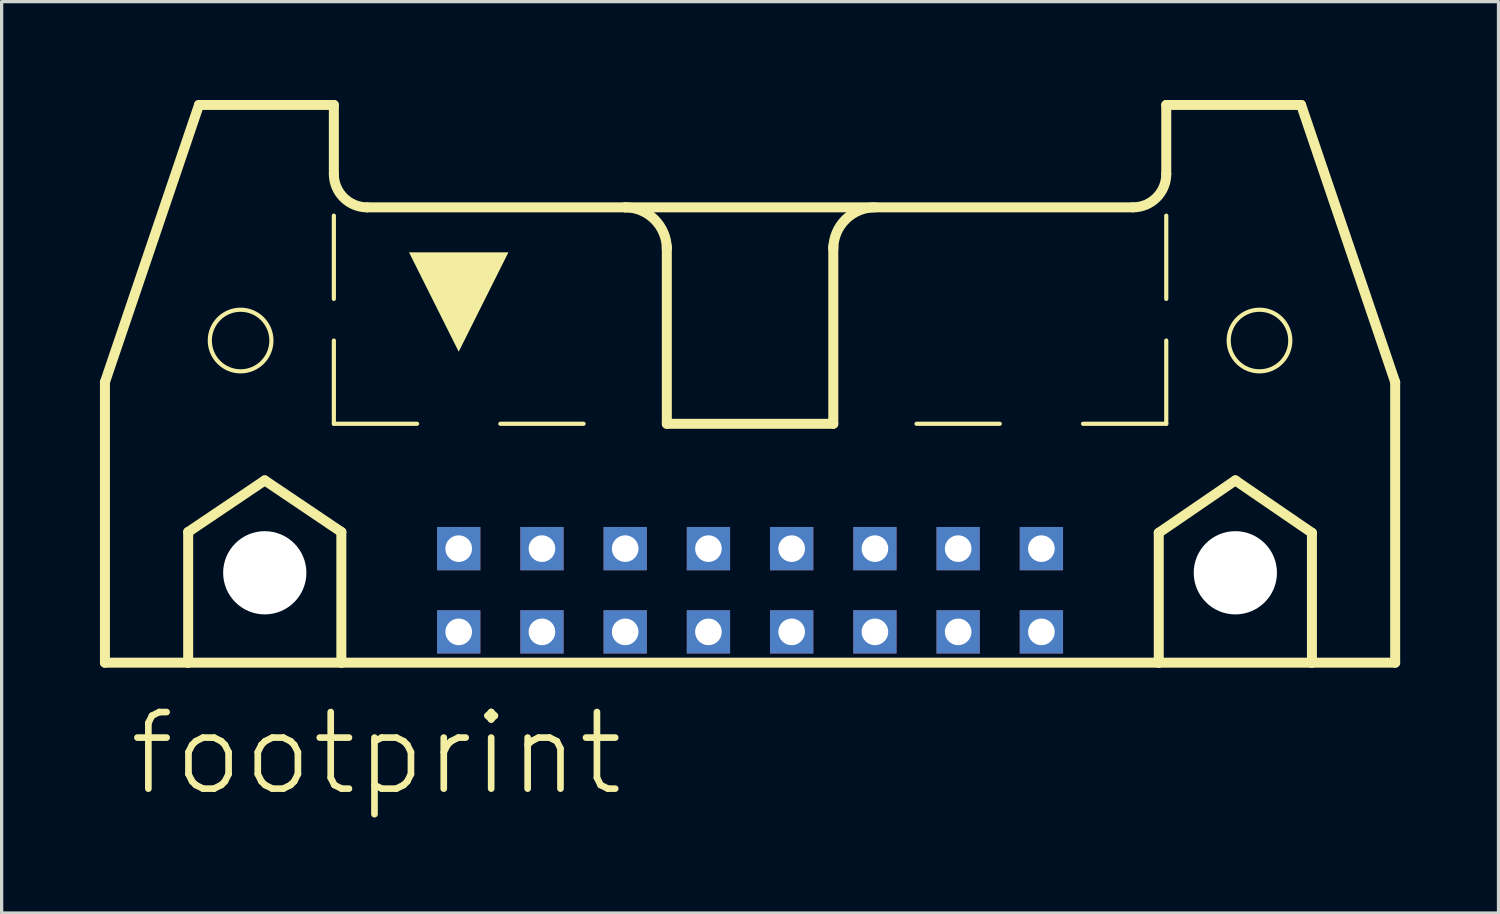
<source format=kicad_pcb>
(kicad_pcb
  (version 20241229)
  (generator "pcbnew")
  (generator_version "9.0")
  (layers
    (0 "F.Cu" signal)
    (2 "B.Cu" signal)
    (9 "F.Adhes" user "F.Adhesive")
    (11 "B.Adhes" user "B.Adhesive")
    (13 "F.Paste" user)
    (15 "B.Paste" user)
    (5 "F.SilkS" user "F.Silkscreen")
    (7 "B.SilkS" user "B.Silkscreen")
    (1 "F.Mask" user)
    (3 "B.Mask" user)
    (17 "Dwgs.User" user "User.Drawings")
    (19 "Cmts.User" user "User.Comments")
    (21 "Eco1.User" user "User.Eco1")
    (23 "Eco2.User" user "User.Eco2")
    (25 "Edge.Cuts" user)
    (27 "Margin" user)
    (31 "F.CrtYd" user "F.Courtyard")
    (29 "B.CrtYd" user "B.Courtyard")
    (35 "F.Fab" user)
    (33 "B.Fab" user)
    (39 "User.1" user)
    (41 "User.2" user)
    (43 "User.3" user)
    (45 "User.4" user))
  (footprint "footprint"
    (layer "F.Cu")
    (at 19.837 11.151)
    (property "Reference" "footprint" (at -19.05 10.16 0) (layer "F.SilkS") (effects (font (size 2.337 2.337) (thickness 0.203)) (justify left bottom)))
    (fp_line (start -19.685 -2.54) (end -19.685 6.02) (stroke (width 0.305) (type solid)) (layer "F.SilkS"))
    (fp_line (start -19.685 -2.54) (end -16.815 -10.998) (stroke (width 0.305) (type solid)) (layer "F.SilkS"))
    (fp_line (start -19.685 6.02) (end -17.145 6.02) (stroke (width 0.305) (type solid)) (layer "F.SilkS"))
    (fp_line (start -17.145 2.032) (end -14.808 0.457) (stroke (width 0.305) (type solid)) (layer "F.SilkS"))
    (fp_line (start -17.145 6.02) (end -17.145 2.032) (stroke (width 0.305) (type solid)) (layer "F.SilkS"))
    (fp_line (start -17.145 6.02) (end -12.471 6.02) (stroke (width 0.305) (type solid)) (layer "F.SilkS"))
    (fp_line (start -14.808 0.457) (end -12.471 2.032) (stroke (width 0.305) (type solid)) (layer "F.SilkS"))
    (fp_line (start -12.7 -10.998) (end -16.815 -10.998) (stroke (width 0.305) (type solid)) (layer "F.SilkS"))
    (fp_line (start -12.7 -8.89) (end -12.7 -10.998) (stroke (width 0.305) (type solid)) (layer "F.SilkS"))
    (fp_line (start -12.7 -5.08) (end -12.7 -7.62) (stroke (width 0.127) (type solid)) (layer "F.SilkS"))
    (fp_line (start -12.7 -1.27) (end -12.7 -3.81) (stroke (width 0.127) (type solid)) (layer "F.SilkS"))
    (fp_line (start -12.7 -1.27) (end -10.16 -1.27) (stroke (width 0.127) (type solid)) (layer "F.SilkS"))
    (fp_line (start -12.471 2.032) (end -12.471 6.02) (stroke (width 0.305) (type solid)) (layer "F.SilkS"))
    (fp_line (start -12.471 6.02) (end 12.471 6.02) (stroke (width 0.305) (type solid)) (layer "F.SilkS"))
    (fp_line (start -7.62 -1.27) (end -5.08 -1.27) (stroke (width 0.127) (type solid)) (layer "F.SilkS"))
    (fp_line (start -3.81 -7.874) (end -11.684 -7.874) (stroke (width 0.305) (type solid)) (layer "F.SilkS"))
    (fp_line (start -3.81 -7.874) (end 11.684 -7.874) (stroke (width 0.305) (type solid)) (layer "F.SilkS"))
    (fp_line (start -2.54 -1.27) (end -2.54 -6.68) (stroke (width 0.305) (type solid)) (layer "F.SilkS"))
    (fp_line (start 0 -1.27) (end 2.54 -1.27) (stroke (width 0.127) (type solid)) (layer "F.SilkS"))
    (fp_line (start 2.54 -1.27) (end -2.54 -1.27) (stroke (width 0.305) (type solid)) (layer "F.SilkS"))
    (fp_line (start 2.54 -1.27) (end 2.54 -6.68) (stroke (width 0.305) (type solid)) (layer "F.SilkS"))
    (fp_line (start 7.62 -1.27) (end 5.08 -1.27) (stroke (width 0.127) (type solid)) (layer "F.SilkS"))
    (fp_line (start 12.471 2.057) (end 14.808 0.457) (stroke (width 0.305) (type solid)) (layer "F.SilkS"))
    (fp_line (start 12.471 6.02) (end 12.471 2.057) (stroke (width 0.305) (type solid)) (layer "F.SilkS"))
    (fp_line (start 12.471 6.02) (end 17.145 6.02) (stroke (width 0.305) (type solid)) (layer "F.SilkS"))
    (fp_line (start 12.7 -10.998) (end 16.815 -10.998) (stroke (width 0.305) (type solid)) (layer "F.SilkS"))
    (fp_line (start 12.7 -8.89) (end 12.7 -10.998) (stroke (width 0.305) (type solid)) (layer "F.SilkS"))
    (fp_line (start 12.7 -5.08) (end 12.7 -7.62) (stroke (width 0.127) (type solid)) (layer "F.SilkS"))
    (fp_line (start 12.7 -1.27) (end 10.16 -1.27) (stroke (width 0.127) (type solid)) (layer "F.SilkS"))
    (fp_line (start 12.7 -1.27) (end 12.7 -3.81) (stroke (width 0.127) (type solid)) (layer "F.SilkS"))
    (fp_line (start 14.808 0.457) (end 17.145 2.057) (stroke (width 0.305) (type solid)) (layer "F.SilkS"))
    (fp_line (start 17.145 2.057) (end 17.145 6.02) (stroke (width 0.305) (type solid)) (layer "F.SilkS"))
    (fp_line (start 17.145 6.02) (end 19.685 6.02) (stroke (width 0.305) (type solid)) (layer "F.SilkS"))
    (fp_line (start 19.685 -2.54) (end 16.815 -10.998) (stroke (width 0.305) (type solid)) (layer "F.SilkS"))
    (fp_line (start 19.685 6.02) (end 19.685 -2.54) (stroke (width 0.305) (type solid)) (layer "F.SilkS"))
    (fp_arc (start -11.684 -7.874) (mid -12.40242 -8.17158) (end -12.7 -8.89) (stroke (width 0.3048) (type solid)) (layer "F.SilkS"))
    (fp_arc (start -3.81 -7.874) (mid -2.911974 -7.502026) (end -2.54 -6.604) (stroke (width 0.3048) (type solid)) (layer "F.SilkS"))
    (fp_arc (start 2.54 -6.604) (mid 2.911974 -7.502026) (end 3.81 -7.874) (stroke (width 0.3048) (type solid)) (layer "F.SilkS"))
    (fp_arc (start 12.7 -8.89) (mid 12.40242 -8.17158) (end 11.684 -7.874) (stroke (width 0.3048) (type solid)) (layer "F.SilkS"))
    (fp_circle (center -15.545 -3.81) (end -14.605 -3.81) (stroke (width 0.127) (type solid)) (fill no) (layer "F.SilkS"))
    (fp_circle (center 15.545 -3.81) (end 16.485 -3.81) (stroke (width 0.127) (type solid)) (fill no) (layer "F.SilkS"))
    (fp_poly (pts (xy -8.89 -3.469) (xy -10.407 -6.502) (xy -7.373 -6.502)) (stroke (width 0) (type solid)) (fill yes) (layer "F.SilkS"))
    (pad "" np_thru_hole circle (at -14.808 3.277) (size 2.54 2.54) (drill 2.54) (layers "*.Cu" "*.Mask"))
    (pad "" np_thru_hole circle (at 14.808 3.277) (size 2.54 2.54) (drill 2.54) (layers "*.Cu" "*.Mask"))
    (pad "1" thru_hole rect (at -8.89 5.08) (size 1.321 1.321) (drill 0.813) (layers "*.Cu" "*.Mask"))
    (pad "2" thru_hole rect (at -8.89 2.54) (size 1.321 1.321) (drill 0.813) (layers "*.Cu" "*.Mask"))
    (pad "3" thru_hole rect (at -6.35 5.08) (size 1.321 1.321) (drill 0.813) (layers "*.Cu" "*.Mask"))
    (pad "4" thru_hole rect (at -6.35 2.54) (size 1.321 1.321) (drill 0.813) (layers "*.Cu" "*.Mask"))
    (pad "5" thru_hole rect (at -3.81 5.08) (size 1.321 1.321) (drill 0.813) (layers "*.Cu" "*.Mask"))
    (pad "6" thru_hole rect (at -3.81 2.54) (size 1.321 1.321) (drill 0.813) (layers "*.Cu" "*.Mask"))
    (pad "7" thru_hole rect (at -1.27 5.08) (size 1.321 1.321) (drill 0.813) (layers "*.Cu" "*.Mask"))
    (pad "8" thru_hole rect (at -1.27 2.54) (size 1.321 1.321) (drill 0.813) (layers "*.Cu" "*.Mask"))
    (pad "9" thru_hole rect (at 1.27 5.08) (size 1.321 1.321) (drill 0.813) (layers "*.Cu" "*.Mask"))
    (pad "10" thru_hole rect (at 1.27 2.54) (size 1.321 1.321) (drill 0.813) (layers "*.Cu" "*.Mask"))
    (pad "11" thru_hole rect (at 3.81 5.08) (size 1.321 1.321) (drill 0.813) (layers "*.Cu" "*.Mask"))
    (pad "12" thru_hole rect (at 3.81 2.54) (size 1.321 1.321) (drill 0.813) (layers "*.Cu" "*.Mask"))
    (pad "13" thru_hole rect (at 6.35 5.08) (size 1.321 1.321) (drill 0.813) (layers "*.Cu" "*.Mask"))
    (pad "14" thru_hole rect (at 6.35 2.54) (size 1.321 1.321) (drill 0.813) (layers "*.Cu" "*.Mask"))
    (pad "15" thru_hole rect (at 8.89 5.08) (size 1.321 1.321) (drill 0.813) (layers "*.Cu" "*.Mask"))
    (pad "16" thru_hole rect (at 8.89 2.54) (size 1.321 1.321) (drill 0.813) (layers "*.Cu" "*.Mask"))
    (zone (net_name "") (layer "B.Cu") (hatch edge 0.508) (connect_pads) (min_thickness 0.254) (filled_areas_thickness no) (keepout (tracks not_allowed) (vias not_allowed) (pads not_allowed) (copperpour not_allowed) (footprints allowed)) (placement (enabled no)) (fill) (polygon (pts (xy 7.595 14.427) (xy 7.556 13.982) (xy 7.44 13.55) (xy 7.251 13.145) (xy 6.994 12.778) (xy 6.678 12.462) (xy 6.312 12.205) (xy 5.907 12.017) (xy 5.475 11.901) (xy 5.029 11.862) (xy 4.584 11.901) (xy 4.152 12.017) (xy 3.747 12.205) (xy 3.38 12.462) (xy 3.064 12.778) (xy 2.807 13.145) (xy 2.619 13.55) (xy 2.503 13.982) (xy 2.464 14.427) (xy 2.503 14.873) (xy 2.619 15.305) (xy 2.807 15.71) (xy 3.064 16.076) (xy 3.38 16.392) (xy 3.747 16.649) (xy 4.152 16.838) (xy 4.584 16.954) (xy 5.029 16.993) (xy 5.475 16.954) (xy 5.907 16.838) (xy 6.312 16.649) (xy 6.678 16.392) (xy 6.994 16.076) (xy 7.251 15.71) (xy 7.44 15.305) (xy 7.556 14.873))) (polygon (pts (xy 6.325 14.427) (xy 6.305 14.202) (xy 6.246 13.984) (xy 6.151 13.78) (xy 6.022 13.595) (xy 5.862 13.435) (xy 5.677 13.305) (xy 5.472 13.21) (xy 5.254 13.151) (xy 5.029 13.132) (xy 4.804 13.151) (xy 4.586 13.21) (xy 4.381 13.305) (xy 4.197 13.435) (xy 4.037 13.595) (xy 3.907 13.78) (xy 3.812 13.984) (xy 3.753 14.202) (xy 3.734 14.427) (xy 3.753 14.652) (xy 3.812 14.87) (xy 3.907 15.075) (xy 4.037 15.26) (xy 4.197 15.42) (xy 4.381 15.549) (xy 4.586 15.644) (xy 4.804 15.703) (xy 5.029 15.723) (xy 5.254 15.703) (xy 5.472 15.644) (xy 5.677 15.549) (xy 5.862 15.42) (xy 6.022 15.26) (xy 6.151 15.075) (xy 6.246 14.87) (xy 6.305 14.652))))
    (zone (net_name "") (layer "B.Cu") (hatch edge 0.508) (connect_pads) (min_thickness 0.254) (filled_areas_thickness no) (keepout (tracks not_allowed) (vias not_allowed) (pads not_allowed) (copperpour not_allowed) (footprints allowed)) (placement (enabled no)) (fill) (polygon (pts (xy 37.211 14.427) (xy 37.172 13.982) (xy 37.056 13.55) (xy 36.867 13.145) (xy 36.611 12.778) (xy 36.295 12.462) (xy 35.928 12.205) (xy 35.523 12.017) (xy 35.091 11.901) (xy 34.646 11.862) (xy 34.2 11.901) (xy 33.768 12.017) (xy 33.363 12.205) (xy 32.997 12.462) (xy 32.68 12.778) (xy 32.424 13.145) (xy 32.235 13.55) (xy 32.119 13.982) (xy 32.08 14.427) (xy 32.119 14.873) (xy 32.235 15.305) (xy 32.424 15.71) (xy 32.68 16.076) (xy 32.997 16.392) (xy 33.363 16.649) (xy 33.768 16.838) (xy 34.2 16.954) (xy 34.646 16.993) (xy 35.091 16.954) (xy 35.523 16.838) (xy 35.928 16.649) (xy 36.295 16.392) (xy 36.611 16.076) (xy 36.867 15.71) (xy 37.056 15.305) (xy 37.172 14.873))) (polygon (pts (xy 35.941 14.427) (xy 35.921 14.202) (xy 35.863 13.984) (xy 35.767 13.78) (xy 35.638 13.595) (xy 35.478 13.435) (xy 35.293 13.305) (xy 35.089 13.21) (xy 34.871 13.151) (xy 34.646 13.132) (xy 34.421 13.151) (xy 34.203 13.21) (xy 33.998 13.305) (xy 33.813 13.435) (xy 33.653 13.595) (xy 33.524 13.78) (xy 33.428 13.984) (xy 33.37 14.202) (xy 33.35 14.427) (xy 33.37 14.652) (xy 33.428 14.87) (xy 33.524 15.075) (xy 33.653 15.26) (xy 33.813 15.42) (xy 33.998 15.549) (xy 34.203 15.644) (xy 34.421 15.703) (xy 34.646 15.723) (xy 34.871 15.703) (xy 35.089 15.644) (xy 35.293 15.549) (xy 35.478 15.42) (xy 35.638 15.26) (xy 35.767 15.075) (xy 35.863 14.87) (xy 35.921 14.652)))))
  (gr_rect
    (start -3 -3)
    (end 42.675 24.811)
    (stroke (width 0.1) (type default))
    (fill no)
    (layer "Edge.Cuts")))
</source>
